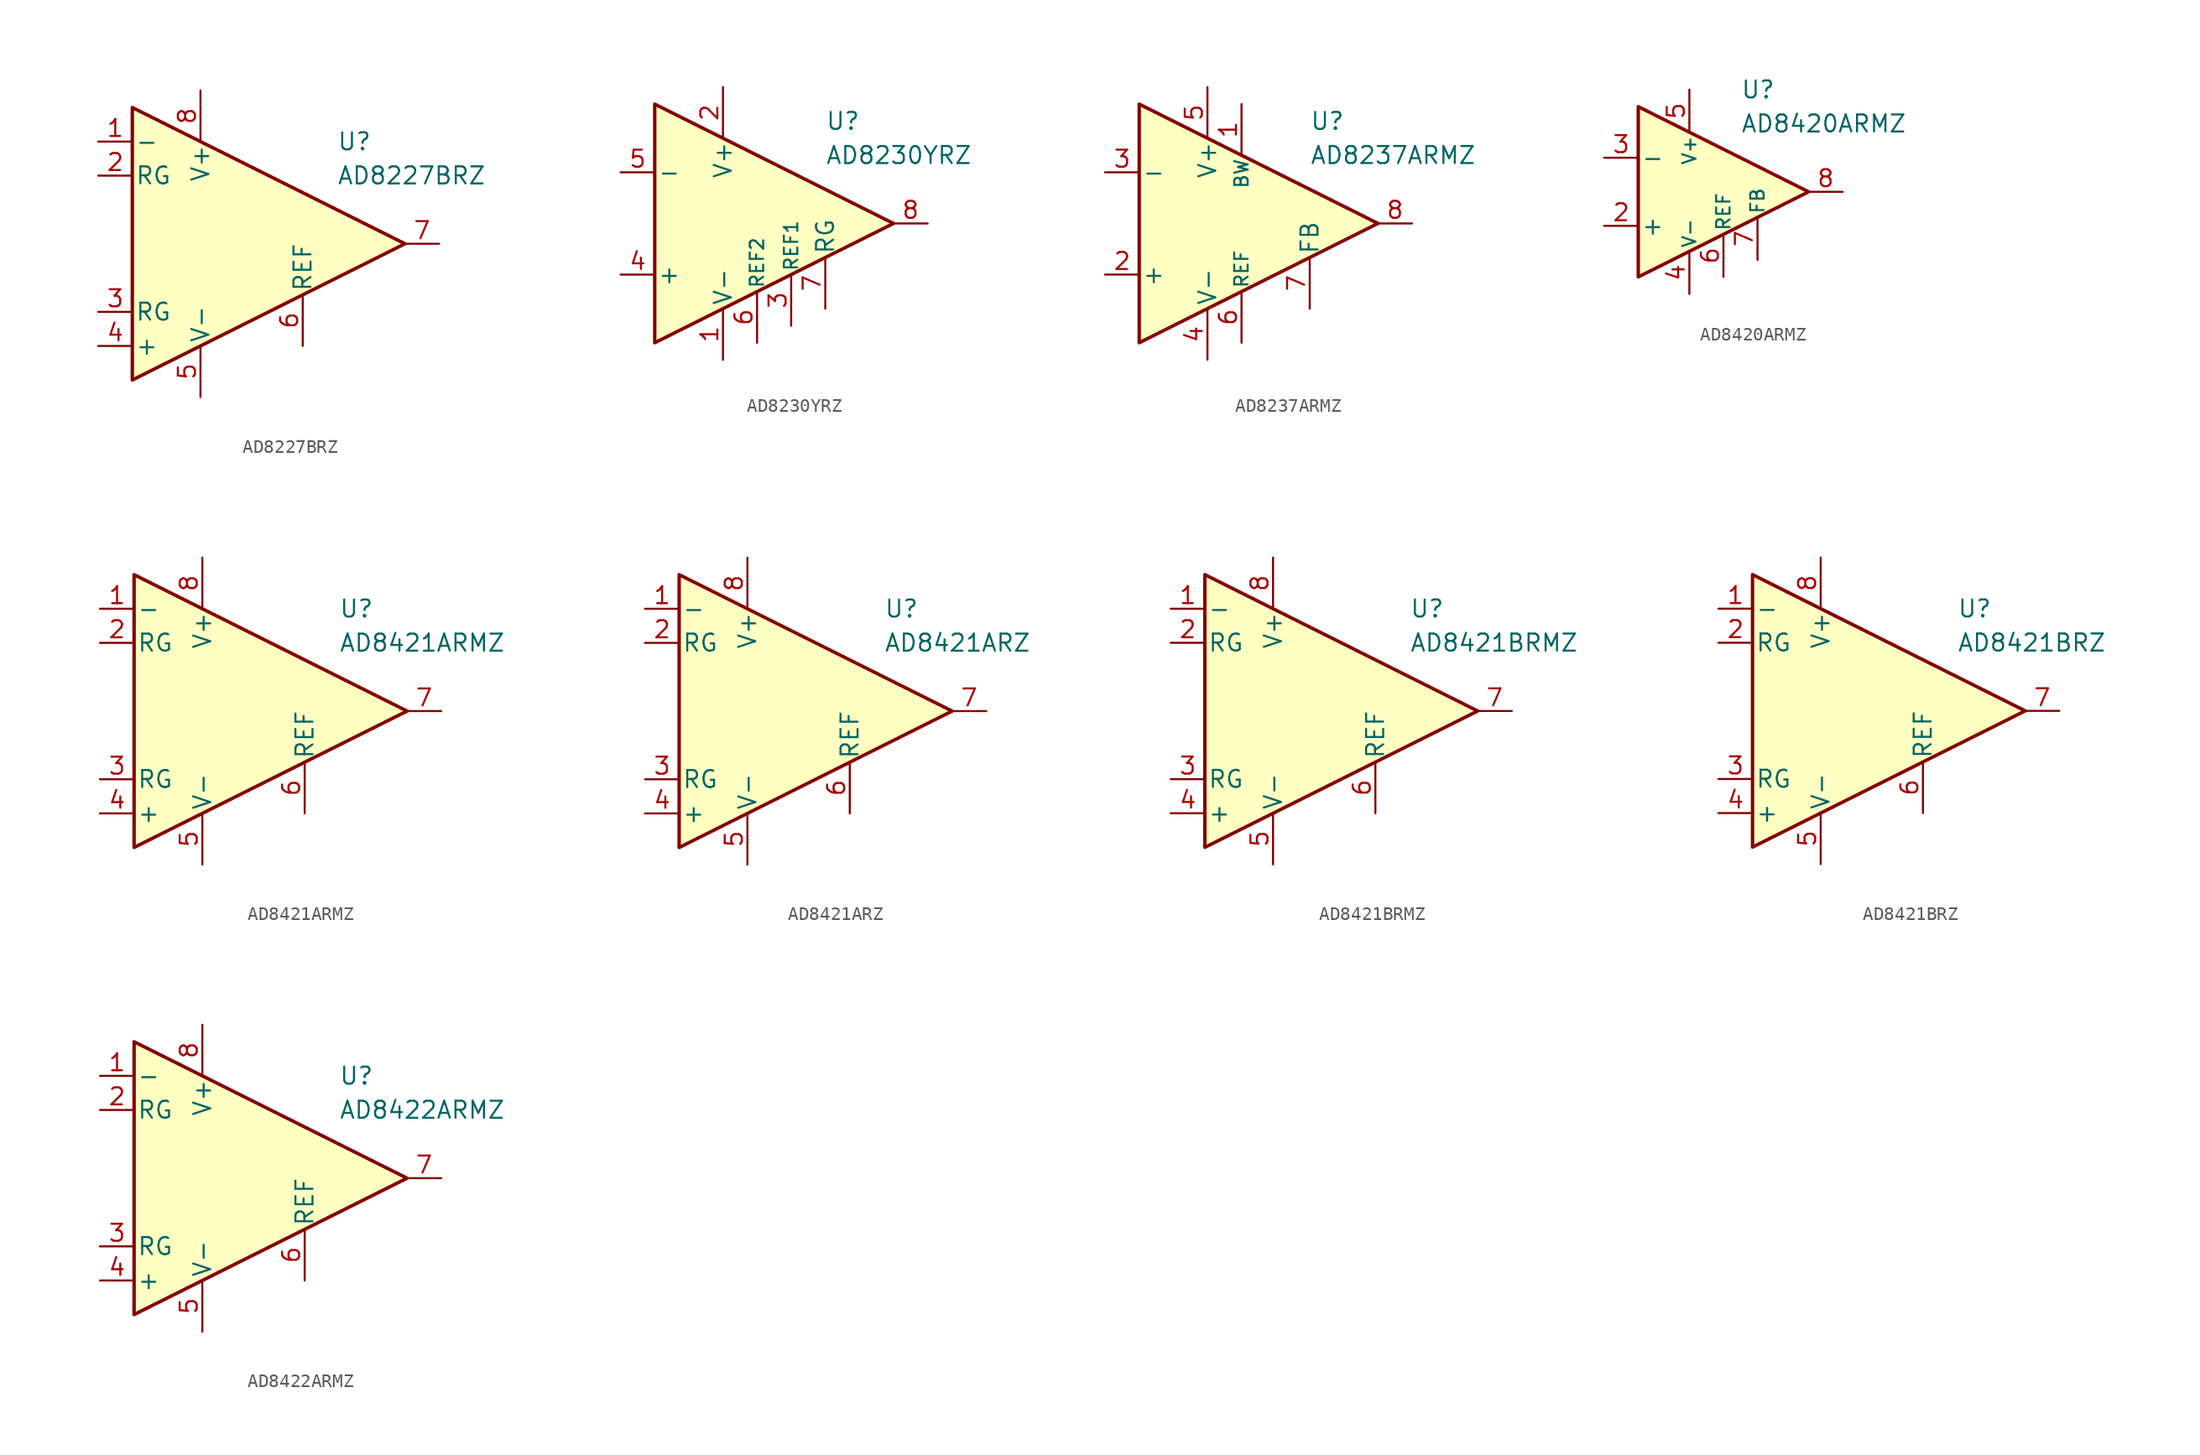
<source format=kicad_sym>
(kicad_symbol_lib
  (version 20231120)
  (generator "kicad_symbol_editor")
  (generator_version "8.0")
  (symbol "AD8227BRZ"
    (pin_names
      (offset 0.2))
    (property "Reference" "U"
      (at 6.35 7.62 0)
      (effects (font (size 1.27 1.27)) (justify left)))
    (property "Value" "AD8227BRZ"
      (at 6.35 5.08 0)
      (effects (font (size 1.27 1.27)) (justify left)))
    (symbol "AD8227BRZ_0_1"
      (polyline (pts (xy -8.89 10.16) (xy -8.89 -10.16) (xy 11.43 0) (xy -8.89 10.16)) (stroke (width 0.254) (type default)) (fill (type background))))
    (symbol "AD8227BRZ_1_1"
      (pin input line (at -11.43 7.62 0) (length 2.54) (name "-" (effects (font (size 1.27 1.27)))) (number "1" (effects (font (size 1.27 1.27)))))
      (pin passive line (at -11.43 5.08 0) (length 2.54) (name "RG" (effects (font (size 1.27 1.27)))) (number "2" (effects (font (size 1.27 1.27)))))
      (pin passive line (at -11.43 -5.08 0) (length 2.54) (name "RG" (effects (font (size 1.27 1.27)))) (number "3" (effects (font (size 1.27 1.27)))))
      (pin input line (at -11.43 -7.62 0) (length 2.54) (name "+" (effects (font (size 1.27 1.27)))) (number "4" (effects (font (size 1.27 1.27)))))
      (pin power_in line (at -3.81 -11.43 90) (length 3.81) (name "V-" (effects (font (size 1.27 1.27)))) (number "5" (effects (font (size 1.27 1.27)))))
      (pin input line (at 3.81 -7.62 90) (length 3.81) (name "REF" (effects (font (size 1.27 1.27)))) (number "6" (effects (font (size 1.27 1.27)))))
      (pin output line (at 13.97 0 180) (length 2.54) (name "~" (effects (font (size 1.27 1.27)))) (number "7" (effects (font (size 1.27 1.27)))))
      (pin power_in line (at -3.81 11.43 270) (length 3.81) (name "V+" (effects (font (size 1.27 1.27)))) (number "8" (effects (font (size 1.27 1.27)))))))
  (symbol "AD8230YRZ"
    (pin_names
      (offset 0.2))
    (property "Reference" "U"
      (at 6.35 7.62 0)
      (effects (font (size 1.27 1.27)) (justify left)))
    (property "Value" "AD8230YRZ"
      (at 6.35 5.08 0)
      (effects (font (size 1.27 1.27)) (justify left)))
    (symbol "AD8230YRZ_0_1"
      (polyline (pts (xy -6.35 8.89) (xy -6.35 -8.89) (xy 11.43 0) (xy -6.35 8.89)) (stroke (width 0.254) (type default)) (fill (type background))))
    (symbol "AD8230YRZ_1_1"
      (pin power_in line (at -1.27 -10.16 90) (length 3.81) (name "V-" (effects (font (size 1.27 1.27)))) (number "1" (effects (font (size 1.27 1.27)))))
      (pin power_in line (at -1.27 10.16 270) (length 3.81) (name "V+" (effects (font (size 1.27 1.27)))) (number "2" (effects (font (size 1.27 1.27)))))
      (pin input line (at 3.81 -7.62 90) (length 3.81) (name "REF1" (effects (font (size 1 1)))) (number "3" (effects (font (size 1.27 1.27)))))
      (pin input line (at -8.89 -3.81 0) (length 2.54) (name "+" (effects (font (size 1.27 1.27)))) (number "4" (effects (font (size 1.27 1.27)))))
      (pin input line (at -8.89 3.81 0) (length 2.54) (name "-" (effects (font (size 1.27 1.27)))) (number "5" (effects (font (size 1.27 1.27)))))
      (pin input line (at 1.27 -8.89 90) (length 3.81) (name "REF2" (effects (font (size 1 1)))) (number "6" (effects (font (size 1.27 1.27)))))
      (pin passive line (at 6.35 -6.35 90) (length 3.81) (name "RG" (effects (font (size 1.27 1.27)))) (number "7" (effects (font (size 1.27 1.27)))))
      (pin output line (at 13.97 0 180) (length 2.54) (name "~" (effects (font (size 1.27 1.27)))) (number "8" (effects (font (size 1.27 1.27)))))))
  (symbol "AD8237ARMZ"
    (pin_names
      (offset 0.2))
    (property "Reference" "U"
      (at 6.35 7.62 0)
      (effects (font (size 1.27 1.27)) (justify left)))
    (property "Value" "AD8237ARMZ"
      (at 6.35 5.08 0)
      (effects (font (size 1.27 1.27)) (justify left)))
    (symbol "AD8237ARMZ_0_1"
      (polyline (pts (xy -6.35 8.89) (xy -6.35 -8.89) (xy 11.43 0) (xy -6.35 8.89)) (stroke (width 0.254) (type default)) (fill (type background))))
    (symbol "AD8237ARMZ_1_1"
      (pin input line (at 1.27 8.89 270) (length 3.81) (name "BW" (effects (font (size 1 1)))) (number "1" (effects (font (size 1.27 1.27)))))
      (pin input line (at -8.89 -3.81 0) (length 2.54) (name "+" (effects (font (size 1.27 1.27)))) (number "2" (effects (font (size 1.27 1.27)))))
      (pin input line (at -8.89 3.81 0) (length 2.54) (name "-" (effects (font (size 1.27 1.27)))) (number "3" (effects (font (size 1.27 1.27)))))
      (pin power_in line (at -1.27 -10.16 90) (length 3.81) (name "V-" (effects (font (size 1.27 1.27)))) (number "4" (effects (font (size 1.27 1.27)))))
      (pin power_in line (at -1.27 10.16 270) (length 3.81) (name "V+" (effects (font (size 1.27 1.27)))) (number "5" (effects (font (size 1.27 1.27)))))
      (pin input line (at 1.27 -8.89 90) (length 3.81) (name "REF" (effects (font (size 1 1)))) (number "6" (effects (font (size 1.27 1.27)))))
      (pin passive line (at 6.35 -6.35 90) (length 3.81) (name "FB" (effects (font (size 1.27 1.27)))) (number "7" (effects (font (size 1.27 1.27)))))
      (pin output line (at 13.97 0 180) (length 2.54) (name "~" (effects (font (size 1.27 1.27)))) (number "8" (effects (font (size 1.27 1.27)))))))
  (symbol "AD8420ARMZ"
    (pin_names
      (offset 0.2))
    (property "Reference" "U"
      (at 6.35 7.62 0)
      (effects (font (size 1.27 1.27)) (justify left)))
    (property "Value" "AD8420ARMZ"
      (at 6.35 5.08 0)
      (effects (font (size 1.27 1.27)) (justify left)))
    (symbol "AD8420ARMZ_0_1"
      (polyline (pts (xy -1.27 6.35) (xy -1.27 -6.35) (xy 11.43 0) (xy -1.27 6.35)) (stroke (width 0.254) (type default)) (fill (type background))))
    (symbol "AD8420ARMZ_1_1"
      (pin no_connect line (at 1.27 0 0) (length 2.54) hide (name "NC" (effects (font (size 1.27 1.27)))) (number "1" (effects (font (size 1.27 1.27)))))
      (pin input line (at -3.81 -2.54 0) (length 2.54) (name "+" (effects (font (size 1.27 1.27)))) (number "2" (effects (font (size 1.27 1.27)))))
      (pin input line (at -3.81 2.54 0) (length 2.54) (name "-" (effects (font (size 1.27 1.27)))) (number "3" (effects (font (size 1.27 1.27)))))
      (pin power_in line (at 2.54 -7.62 90) (length 3.18) (name "V-" (effects (font (size 1 1)))) (number "4" (effects (font (size 1.27 1.27)))))
      (pin power_in line (at 2.54 7.62 270) (length 3.18) (name "V+" (effects (font (size 1 1)))) (number "5" (effects (font (size 1.27 1.27)))))
      (pin input line (at 5.08 -6.35 90) (length 3.18) (name "REF" (effects (font (size 1 1)))) (number "6" (effects (font (size 1.27 1.27)))))
      (pin input line (at 7.62 -5.08 90) (length 3.18) (name "FB" (effects (font (size 1 1)))) (number "7" (effects (font (size 1.27 1.27)))))
      (pin output line (at 13.97 0 180) (length 2.54) (name "~" (effects (font (size 1.27 1.27)))) (number "8" (effects (font (size 1.27 1.27)))))))
  (symbol "AD8421ARMZ"
    (pin_names
      (offset 0.2))
    (property "Reference" "U"
      (at 6.35 7.62 0)
      (effects (font (size 1.27 1.27)) (justify left)))
    (property "Value" "AD8421ARMZ"
      (at 6.35 5.08 0)
      (effects (font (size 1.27 1.27)) (justify left)))
    (symbol "AD8421ARMZ_0_1"
      (polyline (pts (xy -8.89 10.16) (xy -8.89 -10.16) (xy 11.43 0) (xy -8.89 10.16)) (stroke (width 0.254) (type default)) (fill (type background))))
    (symbol "AD8421ARMZ_1_1"
      (pin input line (at -11.43 7.62 0) (length 2.54) (name "-" (effects (font (size 1.27 1.27)))) (number "1" (effects (font (size 1.27 1.27)))))
      (pin passive line (at -11.43 5.08 0) (length 2.54) (name "RG" (effects (font (size 1.27 1.27)))) (number "2" (effects (font (size 1.27 1.27)))))
      (pin passive line (at -11.43 -5.08 0) (length 2.54) (name "RG" (effects (font (size 1.27 1.27)))) (number "3" (effects (font (size 1.27 1.27)))))
      (pin input line (at -11.43 -7.62 0) (length 2.54) (name "+" (effects (font (size 1.27 1.27)))) (number "4" (effects (font (size 1.27 1.27)))))
      (pin power_in line (at -3.81 -11.43 90) (length 3.81) (name "V-" (effects (font (size 1.27 1.27)))) (number "5" (effects (font (size 1.27 1.27)))))
      (pin input line (at 3.81 -7.62 90) (length 3.81) (name "REF" (effects (font (size 1.27 1.27)))) (number "6" (effects (font (size 1.27 1.27)))))
      (pin output line (at 13.97 0 180) (length 2.54) (name "~" (effects (font (size 1.27 1.27)))) (number "7" (effects (font (size 1.27 1.27)))))
      (pin power_in line (at -3.81 11.43 270) (length 3.81) (name "V+" (effects (font (size 1.27 1.27)))) (number "8" (effects (font (size 1.27 1.27)))))))
  (symbol "AD8421ARZ"
    (pin_names
      (offset 0.2))
    (property "Reference" "U"
      (at 6.35 7.62 0)
      (effects (font (size 1.27 1.27)) (justify left)))
    (property "Value" "AD8421ARZ"
      (at 6.35 5.08 0)
      (effects (font (size 1.27 1.27)) (justify left)))
    (symbol "AD8421ARZ_0_1"
      (polyline (pts (xy -8.89 10.16) (xy -8.89 -10.16) (xy 11.43 0) (xy -8.89 10.16)) (stroke (width 0.254) (type default)) (fill (type background))))
    (symbol "AD8421ARZ_1_1"
      (pin input line (at -11.43 7.62 0) (length 2.54) (name "-" (effects (font (size 1.27 1.27)))) (number "1" (effects (font (size 1.27 1.27)))))
      (pin passive line (at -11.43 5.08 0) (length 2.54) (name "RG" (effects (font (size 1.27 1.27)))) (number "2" (effects (font (size 1.27 1.27)))))
      (pin passive line (at -11.43 -5.08 0) (length 2.54) (name "RG" (effects (font (size 1.27 1.27)))) (number "3" (effects (font (size 1.27 1.27)))))
      (pin input line (at -11.43 -7.62 0) (length 2.54) (name "+" (effects (font (size 1.27 1.27)))) (number "4" (effects (font (size 1.27 1.27)))))
      (pin power_in line (at -3.81 -11.43 90) (length 3.81) (name "V-" (effects (font (size 1.27 1.27)))) (number "5" (effects (font (size 1.27 1.27)))))
      (pin input line (at 3.81 -7.62 90) (length 3.81) (name "REF" (effects (font (size 1.27 1.27)))) (number "6" (effects (font (size 1.27 1.27)))))
      (pin output line (at 13.97 0 180) (length 2.54) (name "~" (effects (font (size 1.27 1.27)))) (number "7" (effects (font (size 1.27 1.27)))))
      (pin power_in line (at -3.81 11.43 270) (length 3.81) (name "V+" (effects (font (size 1.27 1.27)))) (number "8" (effects (font (size 1.27 1.27)))))))
  (symbol "AD8421BRMZ"
    (pin_names
      (offset 0.2))
    (property "Reference" "U"
      (at 6.35 7.62 0)
      (effects (font (size 1.27 1.27)) (justify left)))
    (property "Value" "AD8421BRMZ"
      (at 6.35 5.08 0)
      (effects (font (size 1.27 1.27)) (justify left)))
    (symbol "AD8421BRMZ_0_1"
      (polyline (pts (xy -8.89 10.16) (xy -8.89 -10.16) (xy 11.43 0) (xy -8.89 10.16)) (stroke (width 0.254) (type default)) (fill (type background))))
    (symbol "AD8421BRMZ_1_1"
      (pin input line (at -11.43 7.62 0) (length 2.54) (name "-" (effects (font (size 1.27 1.27)))) (number "1" (effects (font (size 1.27 1.27)))))
      (pin passive line (at -11.43 5.08 0) (length 2.54) (name "RG" (effects (font (size 1.27 1.27)))) (number "2" (effects (font (size 1.27 1.27)))))
      (pin passive line (at -11.43 -5.08 0) (length 2.54) (name "RG" (effects (font (size 1.27 1.27)))) (number "3" (effects (font (size 1.27 1.27)))))
      (pin input line (at -11.43 -7.62 0) (length 2.54) (name "+" (effects (font (size 1.27 1.27)))) (number "4" (effects (font (size 1.27 1.27)))))
      (pin power_in line (at -3.81 -11.43 90) (length 3.81) (name "V-" (effects (font (size 1.27 1.27)))) (number "5" (effects (font (size 1.27 1.27)))))
      (pin input line (at 3.81 -7.62 90) (length 3.81) (name "REF" (effects (font (size 1.27 1.27)))) (number "6" (effects (font (size 1.27 1.27)))))
      (pin output line (at 13.97 0 180) (length 2.54) (name "~" (effects (font (size 1.27 1.27)))) (number "7" (effects (font (size 1.27 1.27)))))
      (pin power_in line (at -3.81 11.43 270) (length 3.81) (name "V+" (effects (font (size 1.27 1.27)))) (number "8" (effects (font (size 1.27 1.27)))))))
  (symbol "AD8421BRZ"
    (pin_names
      (offset 0.2))
    (property "Reference" "U"
      (at 6.35 7.62 0)
      (effects (font (size 1.27 1.27)) (justify left)))
    (property "Value" "AD8421BRZ"
      (at 6.35 5.08 0)
      (effects (font (size 1.27 1.27)) (justify left)))
    (symbol "AD8421BRZ_0_1"
      (polyline (pts (xy -8.89 10.16) (xy -8.89 -10.16) (xy 11.43 0) (xy -8.89 10.16)) (stroke (width 0.254) (type default)) (fill (type background))))
    (symbol "AD8421BRZ_1_1"
      (pin input line (at -11.43 7.62 0) (length 2.54) (name "-" (effects (font (size 1.27 1.27)))) (number "1" (effects (font (size 1.27 1.27)))))
      (pin passive line (at -11.43 5.08 0) (length 2.54) (name "RG" (effects (font (size 1.27 1.27)))) (number "2" (effects (font (size 1.27 1.27)))))
      (pin passive line (at -11.43 -5.08 0) (length 2.54) (name "RG" (effects (font (size 1.27 1.27)))) (number "3" (effects (font (size 1.27 1.27)))))
      (pin input line (at -11.43 -7.62 0) (length 2.54) (name "+" (effects (font (size 1.27 1.27)))) (number "4" (effects (font (size 1.27 1.27)))))
      (pin power_in line (at -3.81 -11.43 90) (length 3.81) (name "V-" (effects (font (size 1.27 1.27)))) (number "5" (effects (font (size 1.27 1.27)))))
      (pin input line (at 3.81 -7.62 90) (length 3.81) (name "REF" (effects (font (size 1.27 1.27)))) (number "6" (effects (font (size 1.27 1.27)))))
      (pin output line (at 13.97 0 180) (length 2.54) (name "~" (effects (font (size 1.27 1.27)))) (number "7" (effects (font (size 1.27 1.27)))))
      (pin power_in line (at -3.81 11.43 270) (length 3.81) (name "V+" (effects (font (size 1.27 1.27)))) (number "8" (effects (font (size 1.27 1.27)))))))
  (symbol "AD8422ARMZ"
    (pin_names
      (offset 0.2))
    (property "Reference" "U"
      (at 6.35 7.62 0)
      (effects (font (size 1.27 1.27)) (justify left)))
    (property "Value" "AD8422ARMZ"
      (at 6.35 5.08 0)
      (effects (font (size 1.27 1.27)) (justify left)))
    (symbol "AD8422ARMZ_0_1"
      (polyline (pts (xy -8.89 10.16) (xy -8.89 -10.16) (xy 11.43 0) (xy -8.89 10.16)) (stroke (width 0.254) (type default)) (fill (type background))))
    (symbol "AD8422ARMZ_1_1"
      (pin input line (at -11.43 7.62 0) (length 2.54) (name "-" (effects (font (size 1.27 1.27)))) (number "1" (effects (font (size 1.27 1.27)))))
      (pin passive line (at -11.43 5.08 0) (length 2.54) (name "RG" (effects (font (size 1.27 1.27)))) (number "2" (effects (font (size 1.27 1.27)))))
      (pin passive line (at -11.43 -5.08 0) (length 2.54) (name "RG" (effects (font (size 1.27 1.27)))) (number "3" (effects (font (size 1.27 1.27)))))
      (pin input line (at -11.43 -7.62 0) (length 2.54) (name "+" (effects (font (size 1.27 1.27)))) (number "4" (effects (font (size 1.27 1.27)))))
      (pin power_in line (at -3.81 -11.43 90) (length 3.81) (name "V-" (effects (font (size 1.27 1.27)))) (number "5" (effects (font (size 1.27 1.27)))))
      (pin input line (at 3.81 -7.62 90) (length 3.81) (name "REF" (effects (font (size 1.27 1.27)))) (number "6" (effects (font (size 1.27 1.27)))))
      (pin output line (at 13.97 0 180) (length 2.54) (name "~" (effects (font (size 1.27 1.27)))) (number "7" (effects (font (size 1.27 1.27)))))
      (pin power_in line (at -3.81 11.43 270) (length 3.81) (name "V+" (effects (font (size 1.27 1.27)))) (number "8" (effects (font (size 1.27 1.27))))))))
</source>
